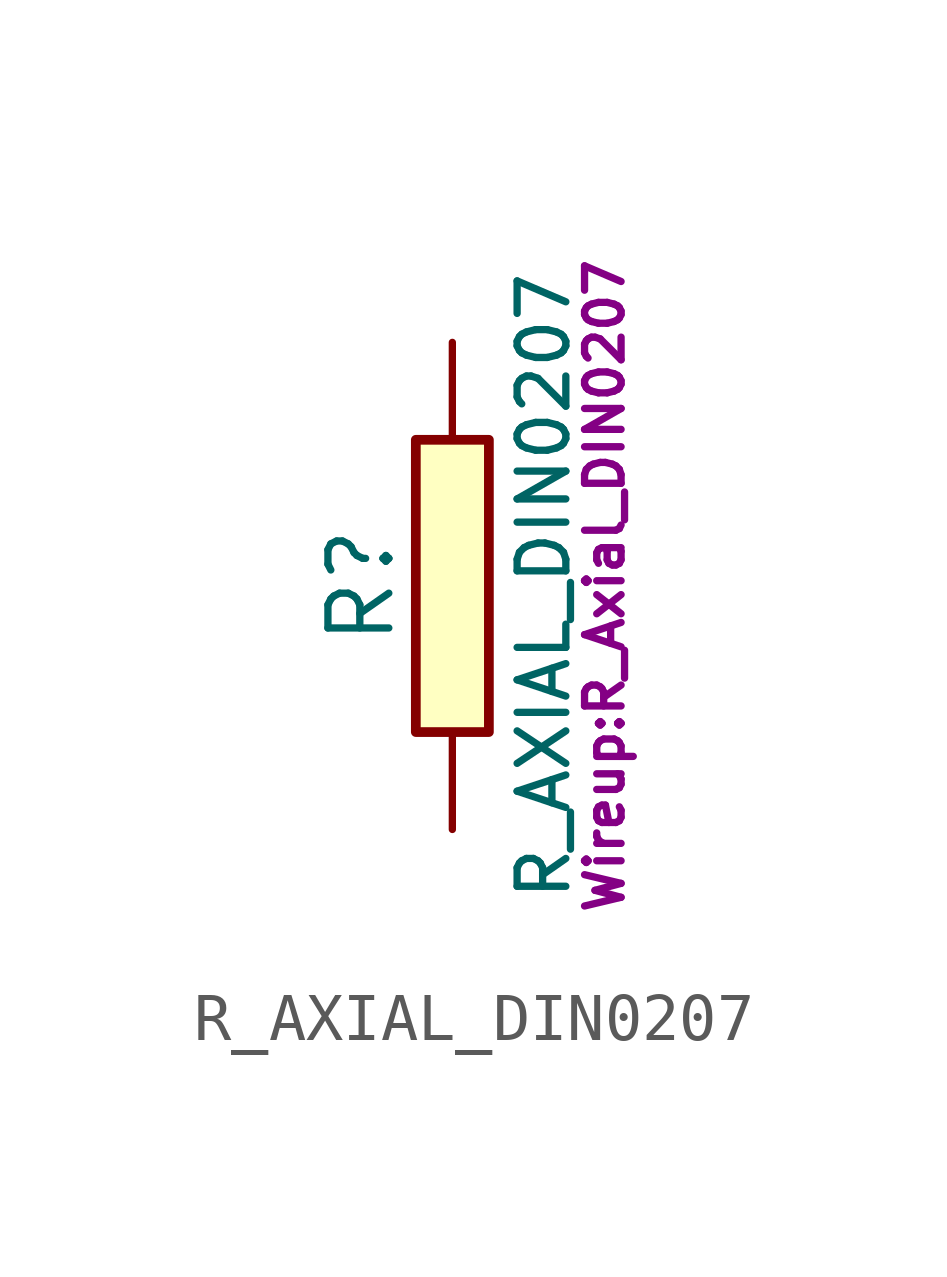
<source format=kicad_sym>
(kicad_symbol_lib
  (version 20211014)
  (generator kicad_symbol_editor)
  (symbol "R_AXIAL_DIN0207"
    (pin_numbers hide)
    (pin_names
      (offset 0))
    (property "Reference" "R"
      (at -1.905 0 90)
      (effects (font (size 1.27 1.27))))
    (property "Value" "R_AXIAL_DIN0207"
      (at 1.905 0 90)
      (effects (font (size 1.016 1.016))))
    (property "Footprint" "Wireup:R_Axial_DIN0207"
      (at 3.175 0 90)
      (effects (font (size 0.762 0.762))))
    (property "Datasheet" ""
      (at 0 0 0)
      (effects (font (size 1.524 1.524))))
    (symbol "R_AXIAL_DIN0207_0_1"
      (rectangle (start -0.762 3.048) (end 0.762 -3.048) (stroke (width 0.203) (type default) (color 0 0 0 0)) (fill (type background))))
    (symbol "R_AXIAL_DIN0207_1_1"
      (pin passive line (at 0 5.08 270) (length 2.032) (name "~" (effects (font (size 1.524 1.524)))) (number "1" (effects (font (size 1.524 1.524)))))
      (pin passive line (at 0 -5.08 90) (length 2.032) (name "~" (effects (font (size 1.524 1.524)))) (number "2" (effects (font (size 1.524 1.524))))))))
</source>
